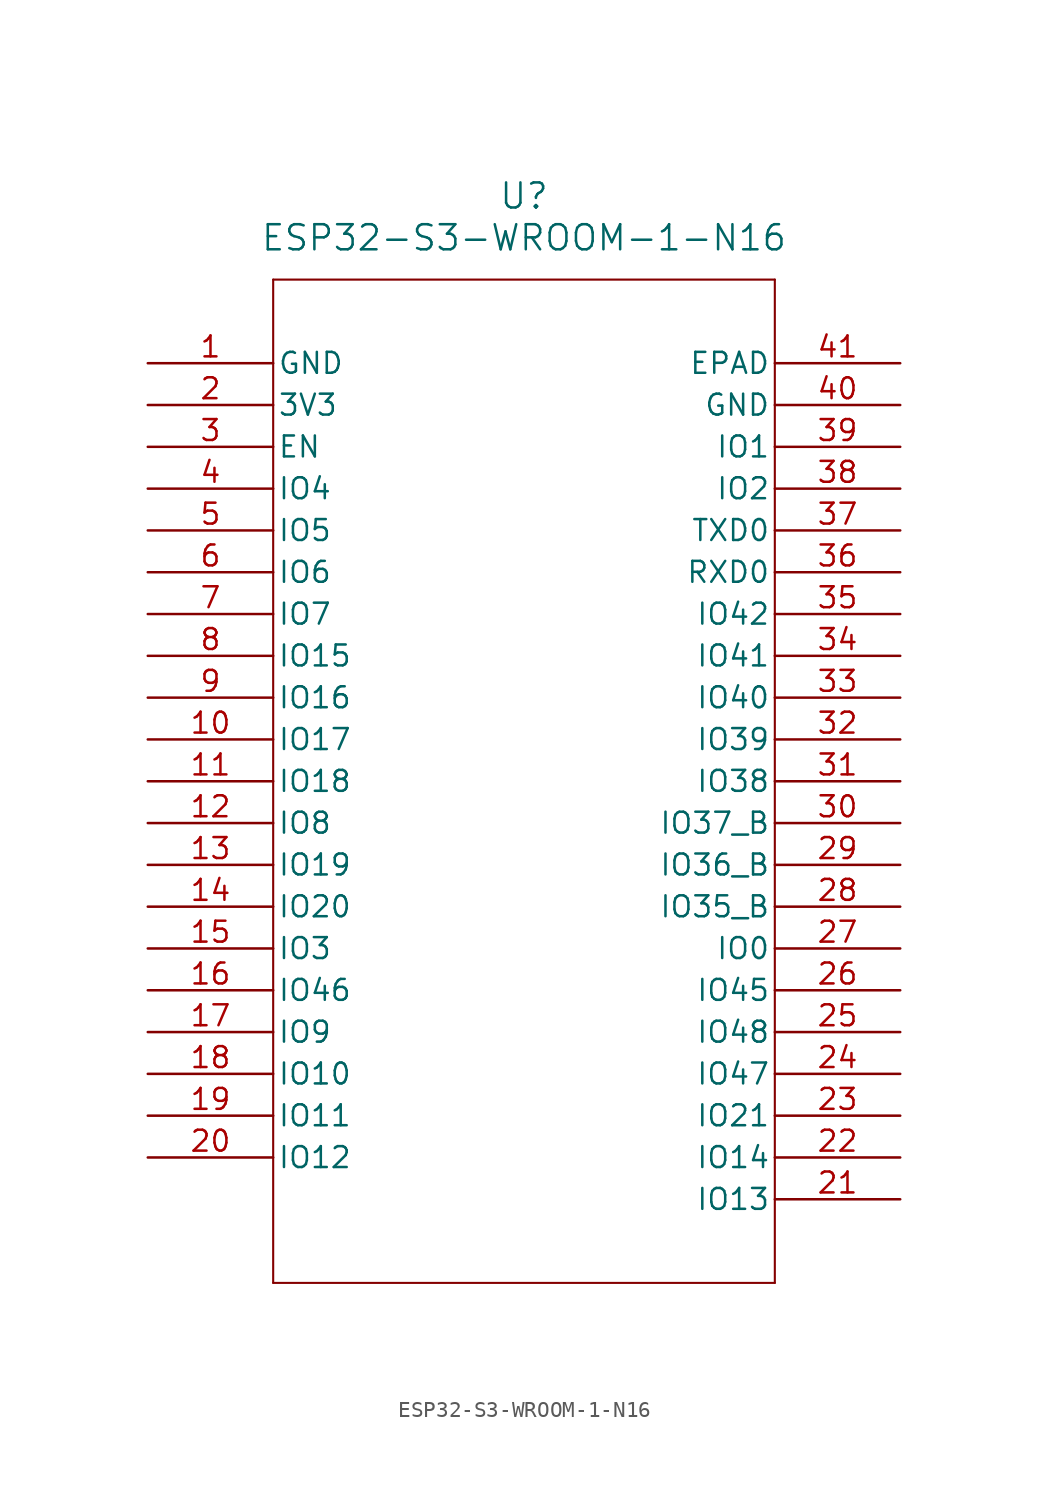
<source format=kicad_sym>
(kicad_symbol_lib
  (version 20211014)
  (generator kicad_symbol_editor)
  (symbol "ESP32-S3-WROOM-1-N16"
    (pin_names
      (offset 0.254))
    (property "Reference" "U"
      (at 22.86 10.16 0)
      (effects (font (size 1.524 1.524))))
    (property "Value" "ESP32-S3-WROOM-1-N16"
      (at 22.86 7.62 0)
      (effects (font (size 1.524 1.524))))
    (symbol "ESP32-S3-WROOM-1-N16_0_1"
      (polyline (pts (xy 7.62 5.08) (xy 7.62 -55.88)) (stroke (width 0.127) (type default) (color 0 0 0 0)) (fill (type none)))
      (polyline (pts (xy 7.62 -55.88) (xy 38.1 -55.88)) (stroke (width 0.127) (type default) (color 0 0 0 0)) (fill (type none)))
      (polyline (pts (xy 38.1 -55.88) (xy 38.1 5.08)) (stroke (width 0.127) (type default) (color 0 0 0 0)) (fill (type none)))
      (polyline (pts (xy 38.1 5.08) (xy 7.62 5.08)) (stroke (width 0.127) (type default) (color 0 0 0 0)) (fill (type none)))
      (pin power_out line (at 0 0 0) (length 7.62) (name "GND" (effects (font (size 1.27 1.27)))) (number "1" (effects (font (size 1.27 1.27)))))
      (pin power_in line (at 0 -2.54 0) (length 7.62) (name "3V3" (effects (font (size 1.27 1.27)))) (number "2" (effects (font (size 1.27 1.27)))))
      (pin input line (at 0 -5.08 0) (length 7.62) (name "EN" (effects (font (size 1.27 1.27)))) (number "3" (effects (font (size 1.27 1.27)))))
      (pin bidirectional line (at 0 -7.62 0) (length 7.62) (name "IO4" (effects (font (size 1.27 1.27)))) (number "4" (effects (font (size 1.27 1.27)))))
      (pin bidirectional line (at 0 -10.16 0) (length 7.62) (name "IO5" (effects (font (size 1.27 1.27)))) (number "5" (effects (font (size 1.27 1.27)))))
      (pin bidirectional line (at 0 -12.7 0) (length 7.62) (name "IO6" (effects (font (size 1.27 1.27)))) (number "6" (effects (font (size 1.27 1.27)))))
      (pin bidirectional line (at 0 -15.24 0) (length 7.62) (name "IO7" (effects (font (size 1.27 1.27)))) (number "7" (effects (font (size 1.27 1.27)))))
      (pin bidirectional line (at 0 -17.78 0) (length 7.62) (name "IO15" (effects (font (size 1.27 1.27)))) (number "8" (effects (font (size 1.27 1.27)))))
      (pin bidirectional line (at 0 -20.32 0) (length 7.62) (name "IO16" (effects (font (size 1.27 1.27)))) (number "9" (effects (font (size 1.27 1.27)))))
      (pin bidirectional line (at 0 -22.86 0) (length 7.62) (name "IO17" (effects (font (size 1.27 1.27)))) (number "10" (effects (font (size 1.27 1.27)))))
      (pin bidirectional line (at 0 -25.4 0) (length 7.62) (name "IO18" (effects (font (size 1.27 1.27)))) (number "11" (effects (font (size 1.27 1.27)))))
      (pin bidirectional line (at 0 -27.94 0) (length 7.62) (name "IO8" (effects (font (size 1.27 1.27)))) (number "12" (effects (font (size 1.27 1.27)))))
      (pin bidirectional line (at 0 -30.48 0) (length 7.62) (name "IO19" (effects (font (size 1.27 1.27)))) (number "13" (effects (font (size 1.27 1.27)))))
      (pin bidirectional line (at 0 -33.02 0) (length 7.62) (name "IO20" (effects (font (size 1.27 1.27)))) (number "14" (effects (font (size 1.27 1.27)))))
      (pin bidirectional line (at 0 -35.56 0) (length 7.62) (name "IO3" (effects (font (size 1.27 1.27)))) (number "15" (effects (font (size 1.27 1.27)))))
      (pin bidirectional line (at 0 -38.1 0) (length 7.62) (name "IO46" (effects (font (size 1.27 1.27)))) (number "16" (effects (font (size 1.27 1.27)))))
      (pin bidirectional line (at 0 -40.64 0) (length 7.62) (name "IO9" (effects (font (size 1.27 1.27)))) (number "17" (effects (font (size 1.27 1.27)))))
      (pin bidirectional line (at 0 -43.18 0) (length 7.62) (name "IO10" (effects (font (size 1.27 1.27)))) (number "18" (effects (font (size 1.27 1.27)))))
      (pin bidirectional line (at 0 -45.72 0) (length 7.62) (name "IO11" (effects (font (size 1.27 1.27)))) (number "19" (effects (font (size 1.27 1.27)))))
      (pin bidirectional line (at 0 -48.26 0) (length 7.62) (name "IO12" (effects (font (size 1.27 1.27)))) (number "20" (effects (font (size 1.27 1.27)))))
      (pin bidirectional line (at 45.72 -50.8 180) (length 7.62) (name "IO13" (effects (font (size 1.27 1.27)))) (number "21" (effects (font (size 1.27 1.27)))))
      (pin bidirectional line (at 45.72 -48.26 180) (length 7.62) (name "IO14" (effects (font (size 1.27 1.27)))) (number "22" (effects (font (size 1.27 1.27)))))
      (pin bidirectional line (at 45.72 -45.72 180) (length 7.62) (name "IO21" (effects (font (size 1.27 1.27)))) (number "23" (effects (font (size 1.27 1.27)))))
      (pin bidirectional line (at 45.72 -43.18 180) (length 7.62) (name "IO47" (effects (font (size 1.27 1.27)))) (number "24" (effects (font (size 1.27 1.27)))))
      (pin bidirectional line (at 45.72 -40.64 180) (length 7.62) (name "IO48" (effects (font (size 1.27 1.27)))) (number "25" (effects (font (size 1.27 1.27)))))
      (pin bidirectional line (at 45.72 -38.1 180) (length 7.62) (name "IO45" (effects (font (size 1.27 1.27)))) (number "26" (effects (font (size 1.27 1.27)))))
      (pin bidirectional line (at 45.72 -35.56 180) (length 7.62) (name "IO0" (effects (font (size 1.27 1.27)))) (number "27" (effects (font (size 1.27 1.27)))))
      (pin bidirectional line (at 45.72 -33.02 180) (length 7.62) (name "IO35 B" (effects (font (size 1.27 1.27)))) (number "28" (effects (font (size 1.27 1.27)))))
      (pin bidirectional line (at 45.72 -30.48 180) (length 7.62) (name "IO36 B" (effects (font (size 1.27 1.27)))) (number "29" (effects (font (size 1.27 1.27)))))
      (pin bidirectional line (at 45.72 -27.94 180) (length 7.62) (name "IO37 B" (effects (font (size 1.27 1.27)))) (number "30" (effects (font (size 1.27 1.27)))))
      (pin bidirectional line (at 45.72 -25.4 180) (length 7.62) (name "IO38" (effects (font (size 1.27 1.27)))) (number "31" (effects (font (size 1.27 1.27)))))
      (pin bidirectional line (at 45.72 -22.86 180) (length 7.62) (name "IO39" (effects (font (size 1.27 1.27)))) (number "32" (effects (font (size 1.27 1.27)))))
      (pin bidirectional line (at 45.72 -20.32 180) (length 7.62) (name "IO40" (effects (font (size 1.27 1.27)))) (number "33" (effects (font (size 1.27 1.27)))))
      (pin bidirectional line (at 45.72 -17.78 180) (length 7.62) (name "IO41" (effects (font (size 1.27 1.27)))) (number "34" (effects (font (size 1.27 1.27)))))
      (pin bidirectional line (at 45.72 -15.24 180) (length 7.62) (name "IO42" (effects (font (size 1.27 1.27)))) (number "35" (effects (font (size 1.27 1.27)))))
      (pin bidirectional line (at 45.72 -12.7 180) (length 7.62) (name "RXD0" (effects (font (size 1.27 1.27)))) (number "36" (effects (font (size 1.27 1.27)))))
      (pin bidirectional line (at 45.72 -10.16 180) (length 7.62) (name "TXD0" (effects (font (size 1.27 1.27)))) (number "37" (effects (font (size 1.27 1.27)))))
      (pin bidirectional line (at 45.72 -7.62 180) (length 7.62) (name "IO2" (effects (font (size 1.27 1.27)))) (number "38" (effects (font (size 1.27 1.27)))))
      (pin bidirectional line (at 45.72 -5.08 180) (length 7.62) (name "IO1" (effects (font (size 1.27 1.27)))) (number "39" (effects (font (size 1.27 1.27)))))
      (pin power_out line (at 45.72 -2.54 180) (length 7.62) (name "GND" (effects (font (size 1.27 1.27)))) (number "40" (effects (font (size 1.27 1.27)))))
      (pin power_out line (at 45.72 0 180) (length 7.62) (name "EPAD" (effects (font (size 1.27 1.27)))) (number "41" (effects (font (size 1.27 1.27))))))))
</source>
